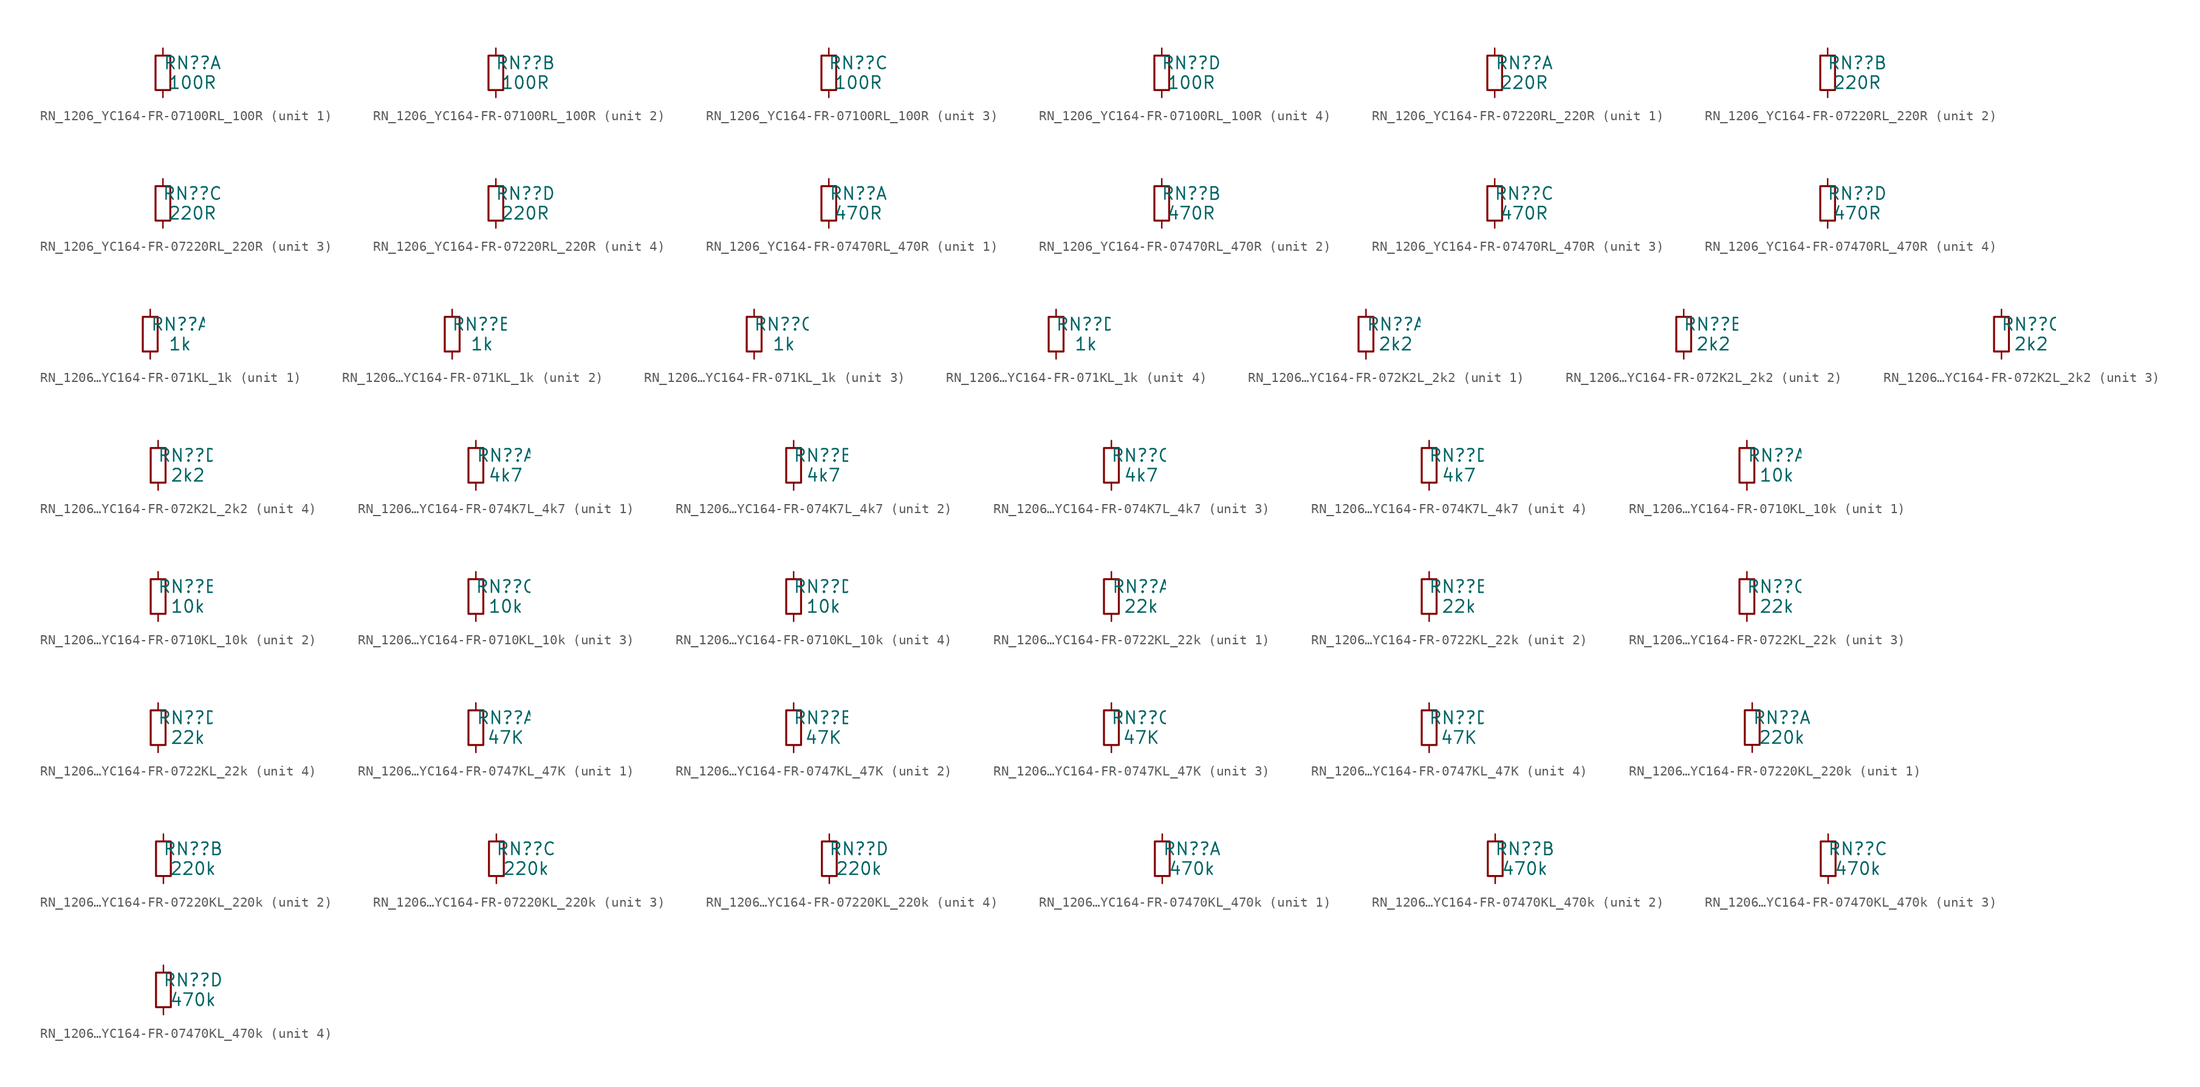
<source format=kicad_sym>
(kicad_symbol_lib
  (version 20231120)
  (generator "kicad_symbol_editor")
  (generator_version "8.0")
  (symbol "RN_1206_YC164-FR-07100RL_100R"
    (pin_numbers hide)
    (pin_names
      (offset 1.016) hide)
    (property "Reference" "RN?"
      (at 3.048 1.016 0)
      (effects (font (size 1.27 1.27))))
    (property "Value" "100R"
      (at 3.048 -1.016 0)
      (effects (font (size 1.27 1.27))))
    (symbol "RN_1206_YC164-FR-07100RL_100R_0_1"
      (rectangle (start -0.762 1.778) (end 0.762 -1.778) (stroke (width 0.203) (type default)) (fill (type none))))
    (symbol "RN_1206_YC164-FR-07100RL_100R_1_1"
      (pin passive line (at 0 2.54 270) (length 0.762) (name "~" (effects (font (size 1.27 1.27)))) (number "1" (effects (font (size 1.27 1.27)))))
      (pin passive line (at 0 -2.54 90) (length 0.762) (name "~" (effects (font (size 1.27 1.27)))) (number "8" (effects (font (size 1.27 1.27))))))
    (symbol "RN_1206_YC164-FR-07100RL_100R_2_1"
      (pin passive line (at 0 2.54 270) (length 0.762) (name "~" (effects (font (size 1.27 1.27)))) (number "2" (effects (font (size 1.27 1.27)))))
      (pin passive line (at 0 -2.54 90) (length 0.762) (name "~" (effects (font (size 1.27 1.27)))) (number "7" (effects (font (size 1.27 1.27))))))
    (symbol "RN_1206_YC164-FR-07100RL_100R_3_1"
      (pin passive line (at 0 2.54 270) (length 0.762) (name "~" (effects (font (size 1.27 1.27)))) (number "3" (effects (font (size 1.27 1.27)))))
      (pin passive line (at 0 -2.54 90) (length 0.762) (name "~" (effects (font (size 1.27 1.27)))) (number "6" (effects (font (size 1.27 1.27))))))
    (symbol "RN_1206_YC164-FR-07100RL_100R_4_1"
      (pin passive line (at 0 2.54 270) (length 0.762) (name "~" (effects (font (size 1.27 1.27)))) (number "4" (effects (font (size 1.27 1.27)))))
      (pin passive line (at 0 -2.54 90) (length 0.762) (name "~" (effects (font (size 1.27 1.27)))) (number "5" (effects (font (size 1.27 1.27)))))))
  (symbol "RN_1206_YC164-FR-07220RL_220R"
    (pin_numbers hide)
    (pin_names
      (offset 1.016) hide)
    (property "Reference" "RN?"
      (at 3.048 1.016 0)
      (effects (font (size 1.27 1.27))))
    (property "Value" "220R"
      (at 3.048 -1.016 0)
      (effects (font (size 1.27 1.27))))
    (symbol "RN_1206_YC164-FR-07220RL_220R_0_1"
      (rectangle (start -0.762 1.778) (end 0.762 -1.778) (stroke (width 0.203) (type default)) (fill (type none))))
    (symbol "RN_1206_YC164-FR-07220RL_220R_1_1"
      (pin passive line (at 0 2.54 270) (length 0.762) (name "~" (effects (font (size 1.27 1.27)))) (number "1" (effects (font (size 1.27 1.27)))))
      (pin passive line (at 0 -2.54 90) (length 0.762) (name "~" (effects (font (size 1.27 1.27)))) (number "8" (effects (font (size 1.27 1.27))))))
    (symbol "RN_1206_YC164-FR-07220RL_220R_2_1"
      (pin passive line (at 0 2.54 270) (length 0.762) (name "~" (effects (font (size 1.27 1.27)))) (number "2" (effects (font (size 1.27 1.27)))))
      (pin passive line (at 0 -2.54 90) (length 0.762) (name "~" (effects (font (size 1.27 1.27)))) (number "7" (effects (font (size 1.27 1.27))))))
    (symbol "RN_1206_YC164-FR-07220RL_220R_3_1"
      (pin passive line (at 0 2.54 270) (length 0.762) (name "~" (effects (font (size 1.27 1.27)))) (number "3" (effects (font (size 1.27 1.27)))))
      (pin passive line (at 0 -2.54 90) (length 0.762) (name "~" (effects (font (size 1.27 1.27)))) (number "6" (effects (font (size 1.27 1.27))))))
    (symbol "RN_1206_YC164-FR-07220RL_220R_4_1"
      (pin passive line (at 0 2.54 270) (length 0.762) (name "~" (effects (font (size 1.27 1.27)))) (number "4" (effects (font (size 1.27 1.27)))))
      (pin passive line (at 0 -2.54 90) (length 0.762) (name "~" (effects (font (size 1.27 1.27)))) (number "5" (effects (font (size 1.27 1.27)))))))
  (symbol "RN_1206_YC164-FR-07470RL_470R"
    (pin_numbers hide)
    (pin_names
      (offset 1.016) hide)
    (property "Reference" "RN?"
      (at 3.048 1.016 0)
      (effects (font (size 1.27 1.27))))
    (property "Value" "470R"
      (at 3.048 -1.016 0)
      (effects (font (size 1.27 1.27))))
    (symbol "RN_1206_YC164-FR-07470RL_470R_0_1"
      (rectangle (start -0.762 1.778) (end 0.762 -1.778) (stroke (width 0.203) (type default)) (fill (type none))))
    (symbol "RN_1206_YC164-FR-07470RL_470R_1_1"
      (pin passive line (at 0 2.54 270) (length 0.762) (name "~" (effects (font (size 1.27 1.27)))) (number "1" (effects (font (size 1.27 1.27)))))
      (pin passive line (at 0 -2.54 90) (length 0.762) (name "~" (effects (font (size 1.27 1.27)))) (number "8" (effects (font (size 1.27 1.27))))))
    (symbol "RN_1206_YC164-FR-07470RL_470R_2_1"
      (pin passive line (at 0 2.54 270) (length 0.762) (name "~" (effects (font (size 1.27 1.27)))) (number "2" (effects (font (size 1.27 1.27)))))
      (pin passive line (at 0 -2.54 90) (length 0.762) (name "~" (effects (font (size 1.27 1.27)))) (number "7" (effects (font (size 1.27 1.27))))))
    (symbol "RN_1206_YC164-FR-07470RL_470R_3_1"
      (pin passive line (at 0 2.54 270) (length 0.762) (name "~" (effects (font (size 1.27 1.27)))) (number "3" (effects (font (size 1.27 1.27)))))
      (pin passive line (at 0 -2.54 90) (length 0.762) (name "~" (effects (font (size 1.27 1.27)))) (number "6" (effects (font (size 1.27 1.27))))))
    (symbol "RN_1206_YC164-FR-07470RL_470R_4_1"
      (pin passive line (at 0 2.54 270) (length 0.762) (name "~" (effects (font (size 1.27 1.27)))) (number "4" (effects (font (size 1.27 1.27)))))
      (pin passive line (at 0 -2.54 90) (length 0.762) (name "~" (effects (font (size 1.27 1.27)))) (number "5" (effects (font (size 1.27 1.27)))))))
  (symbol "RN_1206…YC164-FR-071KL_1k"
    (pin_numbers hide)
    (pin_names
      (offset 1.016) hide)
    (property "Reference" "RN?"
      (at 3.048 1.016 0)
      (effects (font (size 1.27 1.27))))
    (property "Value" "1k"
      (at 3.048 -1.016 0)
      (effects (font (size 1.27 1.27))))
    (symbol "RN_1206…YC164-FR-071KL_1k_0_1"
      (rectangle (start -0.762 1.778) (end 0.762 -1.778) (stroke (width 0.203) (type default)) (fill (type none))))
    (symbol "RN_1206…YC164-FR-071KL_1k_1_1"
      (pin passive line (at 0 2.54 270) (length 0.762) (name "~" (effects (font (size 1.27 1.27)))) (number "1" (effects (font (size 1.27 1.27)))))
      (pin passive line (at 0 -2.54 90) (length 0.762) (name "~" (effects (font (size 1.27 1.27)))) (number "8" (effects (font (size 1.27 1.27))))))
    (symbol "RN_1206…YC164-FR-071KL_1k_2_1"
      (pin passive line (at 0 2.54 270) (length 0.762) (name "~" (effects (font (size 1.27 1.27)))) (number "2" (effects (font (size 1.27 1.27)))))
      (pin passive line (at 0 -2.54 90) (length 0.762) (name "~" (effects (font (size 1.27 1.27)))) (number "7" (effects (font (size 1.27 1.27))))))
    (symbol "RN_1206…YC164-FR-071KL_1k_3_1"
      (pin passive line (at 0 2.54 270) (length 0.762) (name "~" (effects (font (size 1.27 1.27)))) (number "3" (effects (font (size 1.27 1.27)))))
      (pin passive line (at 0 -2.54 90) (length 0.762) (name "~" (effects (font (size 1.27 1.27)))) (number "6" (effects (font (size 1.27 1.27))))))
    (symbol "RN_1206…YC164-FR-071KL_1k_4_1"
      (pin passive line (at 0 2.54 270) (length 0.762) (name "~" (effects (font (size 1.27 1.27)))) (number "4" (effects (font (size 1.27 1.27)))))
      (pin passive line (at 0 -2.54 90) (length 0.762) (name "~" (effects (font (size 1.27 1.27)))) (number "5" (effects (font (size 1.27 1.27)))))))
  (symbol "RN_1206…YC164-FR-072K2L_2k2"
    (pin_numbers hide)
    (pin_names
      (offset 1.016) hide)
    (property "Reference" "RN?"
      (at 3.048 1.016 0)
      (effects (font (size 1.27 1.27))))
    (property "Value" "2k2"
      (at 3.048 -1.016 0)
      (effects (font (size 1.27 1.27))))
    (symbol "RN_1206…YC164-FR-072K2L_2k2_0_1"
      (rectangle (start -0.762 1.778) (end 0.762 -1.778) (stroke (width 0.203) (type default)) (fill (type none))))
    (symbol "RN_1206…YC164-FR-072K2L_2k2_1_1"
      (pin passive line (at 0 2.54 270) (length 0.762) (name "~" (effects (font (size 1.27 1.27)))) (number "1" (effects (font (size 1.27 1.27)))))
      (pin passive line (at 0 -2.54 90) (length 0.762) (name "~" (effects (font (size 1.27 1.27)))) (number "8" (effects (font (size 1.27 1.27))))))
    (symbol "RN_1206…YC164-FR-072K2L_2k2_2_1"
      (pin passive line (at 0 2.54 270) (length 0.762) (name "~" (effects (font (size 1.27 1.27)))) (number "2" (effects (font (size 1.27 1.27)))))
      (pin passive line (at 0 -2.54 90) (length 0.762) (name "~" (effects (font (size 1.27 1.27)))) (number "7" (effects (font (size 1.27 1.27))))))
    (symbol "RN_1206…YC164-FR-072K2L_2k2_3_1"
      (pin passive line (at 0 2.54 270) (length 0.762) (name "~" (effects (font (size 1.27 1.27)))) (number "3" (effects (font (size 1.27 1.27)))))
      (pin passive line (at 0 -2.54 90) (length 0.762) (name "~" (effects (font (size 1.27 1.27)))) (number "6" (effects (font (size 1.27 1.27))))))
    (symbol "RN_1206…YC164-FR-072K2L_2k2_4_1"
      (pin passive line (at 0 2.54 270) (length 0.762) (name "~" (effects (font (size 1.27 1.27)))) (number "4" (effects (font (size 1.27 1.27)))))
      (pin passive line (at 0 -2.54 90) (length 0.762) (name "~" (effects (font (size 1.27 1.27)))) (number "5" (effects (font (size 1.27 1.27)))))))
  (symbol "RN_1206…YC164-FR-074K7L_4k7"
    (pin_numbers hide)
    (pin_names
      (offset 1.016) hide)
    (property "Reference" "RN?"
      (at 3.048 1.016 0)
      (effects (font (size 1.27 1.27))))
    (property "Value" "4k7"
      (at 3.048 -1.016 0)
      (effects (font (size 1.27 1.27))))
    (symbol "RN_1206…YC164-FR-074K7L_4k7_0_1"
      (rectangle (start -0.762 1.778) (end 0.762 -1.778) (stroke (width 0.203) (type default)) (fill (type none))))
    (symbol "RN_1206…YC164-FR-074K7L_4k7_1_1"
      (pin passive line (at 0 2.54 270) (length 0.762) (name "~" (effects (font (size 1.27 1.27)))) (number "1" (effects (font (size 1.27 1.27)))))
      (pin passive line (at 0 -2.54 90) (length 0.762) (name "~" (effects (font (size 1.27 1.27)))) (number "8" (effects (font (size 1.27 1.27))))))
    (symbol "RN_1206…YC164-FR-074K7L_4k7_2_1"
      (pin passive line (at 0 2.54 270) (length 0.762) (name "~" (effects (font (size 1.27 1.27)))) (number "2" (effects (font (size 1.27 1.27)))))
      (pin passive line (at 0 -2.54 90) (length 0.762) (name "~" (effects (font (size 1.27 1.27)))) (number "7" (effects (font (size 1.27 1.27))))))
    (symbol "RN_1206…YC164-FR-074K7L_4k7_3_1"
      (pin passive line (at 0 2.54 270) (length 0.762) (name "~" (effects (font (size 1.27 1.27)))) (number "3" (effects (font (size 1.27 1.27)))))
      (pin passive line (at 0 -2.54 90) (length 0.762) (name "~" (effects (font (size 1.27 1.27)))) (number "6" (effects (font (size 1.27 1.27))))))
    (symbol "RN_1206…YC164-FR-074K7L_4k7_4_1"
      (pin passive line (at 0 2.54 270) (length 0.762) (name "~" (effects (font (size 1.27 1.27)))) (number "4" (effects (font (size 1.27 1.27)))))
      (pin passive line (at 0 -2.54 90) (length 0.762) (name "~" (effects (font (size 1.27 1.27)))) (number "5" (effects (font (size 1.27 1.27)))))))
  (symbol "RN_1206…YC164-FR-0710KL_10k"
    (pin_numbers hide)
    (pin_names
      (offset 1.016) hide)
    (property "Reference" "RN?"
      (at 3.048 1.016 0)
      (effects (font (size 1.27 1.27))))
    (property "Value" "10k"
      (at 3.048 -1.016 0)
      (effects (font (size 1.27 1.27))))
    (symbol "RN_1206…YC164-FR-0710KL_10k_0_1"
      (rectangle (start -0.762 1.778) (end 0.762 -1.778) (stroke (width 0.203) (type default)) (fill (type none))))
    (symbol "RN_1206…YC164-FR-0710KL_10k_1_1"
      (pin passive line (at 0 2.54 270) (length 0.762) (name "~" (effects (font (size 1.27 1.27)))) (number "1" (effects (font (size 1.27 1.27)))))
      (pin passive line (at 0 -2.54 90) (length 0.762) (name "~" (effects (font (size 1.27 1.27)))) (number "8" (effects (font (size 1.27 1.27))))))
    (symbol "RN_1206…YC164-FR-0710KL_10k_2_1"
      (pin passive line (at 0 2.54 270) (length 0.762) (name "~" (effects (font (size 1.27 1.27)))) (number "2" (effects (font (size 1.27 1.27)))))
      (pin passive line (at 0 -2.54 90) (length 0.762) (name "~" (effects (font (size 1.27 1.27)))) (number "7" (effects (font (size 1.27 1.27))))))
    (symbol "RN_1206…YC164-FR-0710KL_10k_3_1"
      (pin passive line (at 0 2.54 270) (length 0.762) (name "~" (effects (font (size 1.27 1.27)))) (number "3" (effects (font (size 1.27 1.27)))))
      (pin passive line (at 0 -2.54 90) (length 0.762) (name "~" (effects (font (size 1.27 1.27)))) (number "6" (effects (font (size 1.27 1.27))))))
    (symbol "RN_1206…YC164-FR-0710KL_10k_4_1"
      (pin passive line (at 0 2.54 270) (length 0.762) (name "~" (effects (font (size 1.27 1.27)))) (number "4" (effects (font (size 1.27 1.27)))))
      (pin passive line (at 0 -2.54 90) (length 0.762) (name "~" (effects (font (size 1.27 1.27)))) (number "5" (effects (font (size 1.27 1.27)))))))
  (symbol "RN_1206…YC164-FR-0722KL_22k"
    (pin_numbers hide)
    (pin_names
      (offset 1.016) hide)
    (property "Reference" "RN?"
      (at 3.048 1.016 0)
      (effects (font (size 1.27 1.27))))
    (property "Value" "22k"
      (at 3.048 -1.016 0)
      (effects (font (size 1.27 1.27))))
    (symbol "RN_1206…YC164-FR-0722KL_22k_0_1"
      (rectangle (start -0.762 1.778) (end 0.762 -1.778) (stroke (width 0.203) (type default)) (fill (type none))))
    (symbol "RN_1206…YC164-FR-0722KL_22k_1_1"
      (pin passive line (at 0 2.54 270) (length 0.762) (name "~" (effects (font (size 1.27 1.27)))) (number "1" (effects (font (size 1.27 1.27)))))
      (pin passive line (at 0 -2.54 90) (length 0.762) (name "~" (effects (font (size 1.27 1.27)))) (number "8" (effects (font (size 1.27 1.27))))))
    (symbol "RN_1206…YC164-FR-0722KL_22k_2_1"
      (pin passive line (at 0 2.54 270) (length 0.762) (name "~" (effects (font (size 1.27 1.27)))) (number "2" (effects (font (size 1.27 1.27)))))
      (pin passive line (at 0 -2.54 90) (length 0.762) (name "~" (effects (font (size 1.27 1.27)))) (number "7" (effects (font (size 1.27 1.27))))))
    (symbol "RN_1206…YC164-FR-0722KL_22k_3_1"
      (pin passive line (at 0 2.54 270) (length 0.762) (name "~" (effects (font (size 1.27 1.27)))) (number "3" (effects (font (size 1.27 1.27)))))
      (pin passive line (at 0 -2.54 90) (length 0.762) (name "~" (effects (font (size 1.27 1.27)))) (number "6" (effects (font (size 1.27 1.27))))))
    (symbol "RN_1206…YC164-FR-0722KL_22k_4_1"
      (pin passive line (at 0 2.54 270) (length 0.762) (name "~" (effects (font (size 1.27 1.27)))) (number "4" (effects (font (size 1.27 1.27)))))
      (pin passive line (at 0 -2.54 90) (length 0.762) (name "~" (effects (font (size 1.27 1.27)))) (number "5" (effects (font (size 1.27 1.27)))))))
  (symbol "RN_1206…YC164-FR-0747KL_47K"
    (pin_numbers hide)
    (pin_names
      (offset 1.016) hide)
    (property "Reference" "RN?"
      (at 3.048 1.016 0)
      (effects (font (size 1.27 1.27))))
    (property "Value" "47K"
      (at 3.048 -1.016 0)
      (effects (font (size 1.27 1.27))))
    (symbol "RN_1206…YC164-FR-0747KL_47K_0_1"
      (rectangle (start -0.762 1.778) (end 0.762 -1.778) (stroke (width 0.203) (type default)) (fill (type none))))
    (symbol "RN_1206…YC164-FR-0747KL_47K_1_1"
      (pin passive line (at 0 2.54 270) (length 0.762) (name "~" (effects (font (size 1.27 1.27)))) (number "1" (effects (font (size 1.27 1.27)))))
      (pin passive line (at 0 -2.54 90) (length 0.762) (name "~" (effects (font (size 1.27 1.27)))) (number "8" (effects (font (size 1.27 1.27))))))
    (symbol "RN_1206…YC164-FR-0747KL_47K_2_1"
      (pin passive line (at 0 2.54 270) (length 0.762) (name "~" (effects (font (size 1.27 1.27)))) (number "2" (effects (font (size 1.27 1.27)))))
      (pin passive line (at 0 -2.54 90) (length 0.762) (name "~" (effects (font (size 1.27 1.27)))) (number "7" (effects (font (size 1.27 1.27))))))
    (symbol "RN_1206…YC164-FR-0747KL_47K_3_1"
      (pin passive line (at 0 2.54 270) (length 0.762) (name "~" (effects (font (size 1.27 1.27)))) (number "3" (effects (font (size 1.27 1.27)))))
      (pin passive line (at 0 -2.54 90) (length 0.762) (name "~" (effects (font (size 1.27 1.27)))) (number "6" (effects (font (size 1.27 1.27))))))
    (symbol "RN_1206…YC164-FR-0747KL_47K_4_1"
      (pin passive line (at 0 2.54 270) (length 0.762) (name "~" (effects (font (size 1.27 1.27)))) (number "4" (effects (font (size 1.27 1.27)))))
      (pin passive line (at 0 -2.54 90) (length 0.762) (name "~" (effects (font (size 1.27 1.27)))) (number "5" (effects (font (size 1.27 1.27)))))))
  (symbol "RN_1206…YC164-FR-07220KL_220k"
    (pin_numbers hide)
    (pin_names
      (offset 1.016) hide)
    (property "Reference" "RN?"
      (at 3.048 1.016 0)
      (effects (font (size 1.27 1.27))))
    (property "Value" "220k"
      (at 3.048 -1.016 0)
      (effects (font (size 1.27 1.27))))
    (symbol "RN_1206…YC164-FR-07220KL_220k_0_1"
      (rectangle (start -0.762 1.778) (end 0.762 -1.778) (stroke (width 0.203) (type default)) (fill (type none))))
    (symbol "RN_1206…YC164-FR-07220KL_220k_1_1"
      (pin passive line (at 0 2.54 270) (length 0.762) (name "~" (effects (font (size 1.27 1.27)))) (number "1" (effects (font (size 1.27 1.27)))))
      (pin passive line (at 0 -2.54 90) (length 0.762) (name "~" (effects (font (size 1.27 1.27)))) (number "8" (effects (font (size 1.27 1.27))))))
    (symbol "RN_1206…YC164-FR-07220KL_220k_2_1"
      (pin passive line (at 0 2.54 270) (length 0.762) (name "~" (effects (font (size 1.27 1.27)))) (number "2" (effects (font (size 1.27 1.27)))))
      (pin passive line (at 0 -2.54 90) (length 0.762) (name "~" (effects (font (size 1.27 1.27)))) (number "7" (effects (font (size 1.27 1.27))))))
    (symbol "RN_1206…YC164-FR-07220KL_220k_3_1"
      (pin passive line (at 0 2.54 270) (length 0.762) (name "~" (effects (font (size 1.27 1.27)))) (number "3" (effects (font (size 1.27 1.27)))))
      (pin passive line (at 0 -2.54 90) (length 0.762) (name "~" (effects (font (size 1.27 1.27)))) (number "6" (effects (font (size 1.27 1.27))))))
    (symbol "RN_1206…YC164-FR-07220KL_220k_4_1"
      (pin passive line (at 0 2.54 270) (length 0.762) (name "~" (effects (font (size 1.27 1.27)))) (number "4" (effects (font (size 1.27 1.27)))))
      (pin passive line (at 0 -2.54 90) (length 0.762) (name "~" (effects (font (size 1.27 1.27)))) (number "5" (effects (font (size 1.27 1.27)))))))
  (symbol "RN_1206…YC164-FR-07470KL_470k"
    (pin_numbers hide)
    (pin_names
      (offset 1.016) hide)
    (property "Reference" "RN?"
      (at 3.048 1.016 0)
      (effects (font (size 1.27 1.27))))
    (property "Value" "470k"
      (at 3.048 -1.016 0)
      (effects (font (size 1.27 1.27))))
    (symbol "RN_1206…YC164-FR-07470KL_470k_0_1"
      (rectangle (start -0.762 1.778) (end 0.762 -1.778) (stroke (width 0.203) (type default)) (fill (type none))))
    (symbol "RN_1206…YC164-FR-07470KL_470k_1_1"
      (pin passive line (at 0 2.54 270) (length 0.762) (name "~" (effects (font (size 1.27 1.27)))) (number "1" (effects (font (size 1.27 1.27)))))
      (pin passive line (at 0 -2.54 90) (length 0.762) (name "~" (effects (font (size 1.27 1.27)))) (number "8" (effects (font (size 1.27 1.27))))))
    (symbol "RN_1206…YC164-FR-07470KL_470k_2_1"
      (pin passive line (at 0 2.54 270) (length 0.762) (name "~" (effects (font (size 1.27 1.27)))) (number "2" (effects (font (size 1.27 1.27)))))
      (pin passive line (at 0 -2.54 90) (length 0.762) (name "~" (effects (font (size 1.27 1.27)))) (number "7" (effects (font (size 1.27 1.27))))))
    (symbol "RN_1206…YC164-FR-07470KL_470k_3_1"
      (pin passive line (at 0 2.54 270) (length 0.762) (name "~" (effects (font (size 1.27 1.27)))) (number "3" (effects (font (size 1.27 1.27)))))
      (pin passive line (at 0 -2.54 90) (length 0.762) (name "~" (effects (font (size 1.27 1.27)))) (number "6" (effects (font (size 1.27 1.27))))))
    (symbol "RN_1206…YC164-FR-07470KL_470k_4_1"
      (pin passive line (at 0 2.54 270) (length 0.762) (name "~" (effects (font (size 1.27 1.27)))) (number "4" (effects (font (size 1.27 1.27)))))
      (pin passive line (at 0 -2.54 90) (length 0.762) (name "~" (effects (font (size 1.27 1.27)))) (number "5" (effects (font (size 1.27 1.27))))))))
</source>
